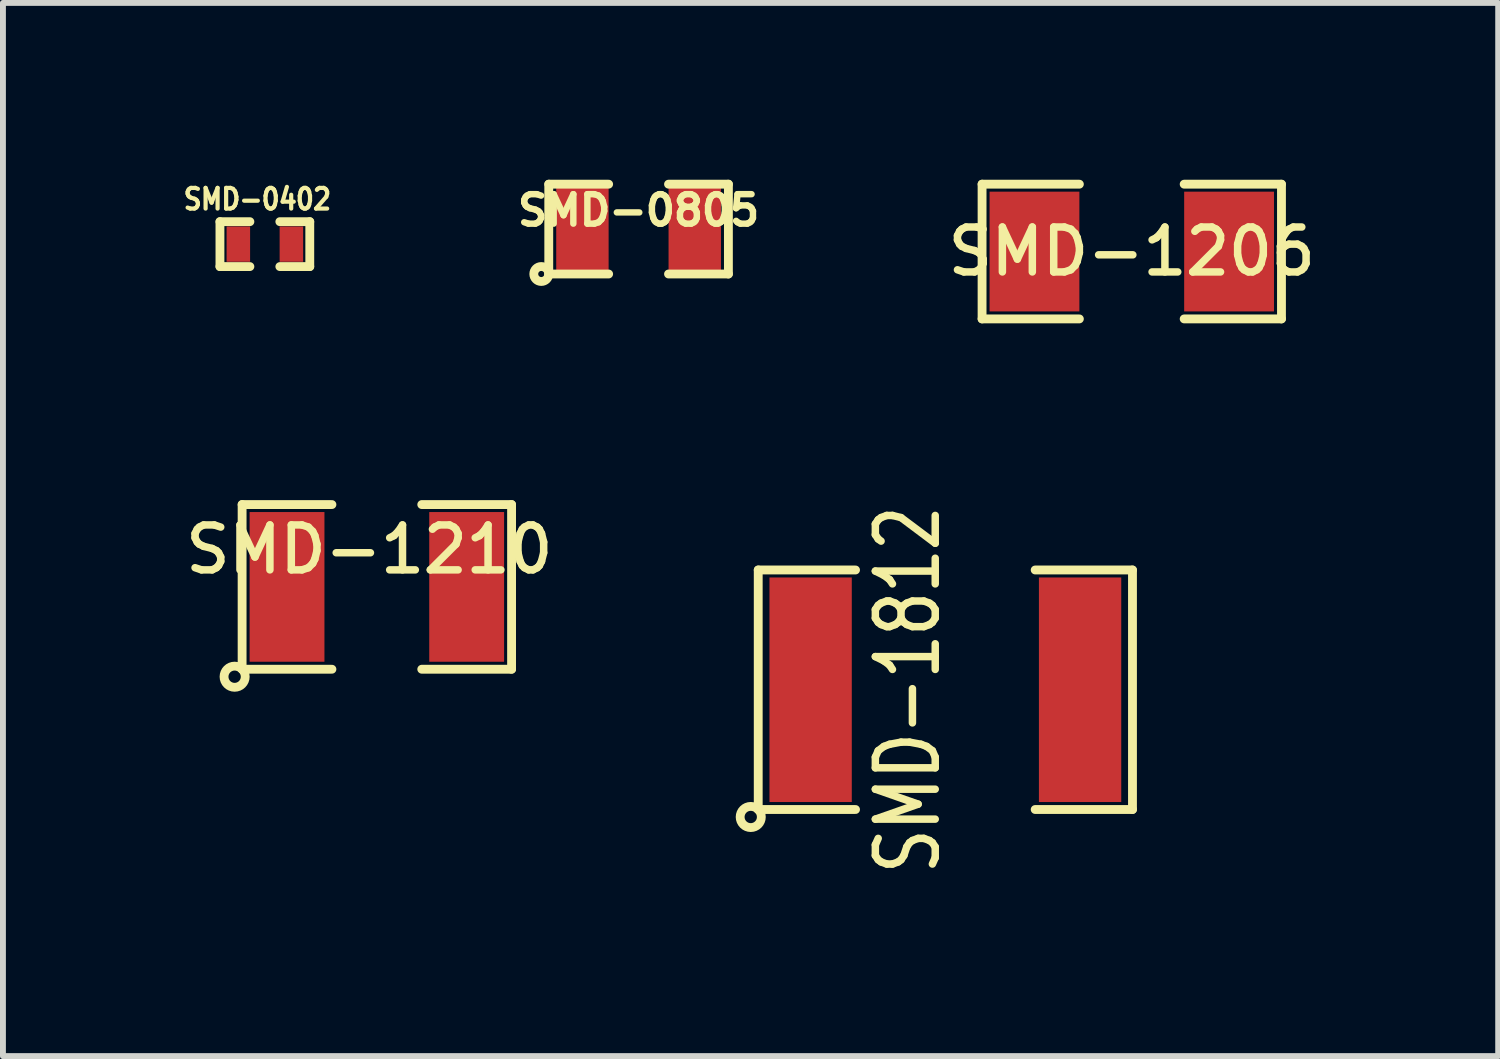
<source format=kicad_pcb>
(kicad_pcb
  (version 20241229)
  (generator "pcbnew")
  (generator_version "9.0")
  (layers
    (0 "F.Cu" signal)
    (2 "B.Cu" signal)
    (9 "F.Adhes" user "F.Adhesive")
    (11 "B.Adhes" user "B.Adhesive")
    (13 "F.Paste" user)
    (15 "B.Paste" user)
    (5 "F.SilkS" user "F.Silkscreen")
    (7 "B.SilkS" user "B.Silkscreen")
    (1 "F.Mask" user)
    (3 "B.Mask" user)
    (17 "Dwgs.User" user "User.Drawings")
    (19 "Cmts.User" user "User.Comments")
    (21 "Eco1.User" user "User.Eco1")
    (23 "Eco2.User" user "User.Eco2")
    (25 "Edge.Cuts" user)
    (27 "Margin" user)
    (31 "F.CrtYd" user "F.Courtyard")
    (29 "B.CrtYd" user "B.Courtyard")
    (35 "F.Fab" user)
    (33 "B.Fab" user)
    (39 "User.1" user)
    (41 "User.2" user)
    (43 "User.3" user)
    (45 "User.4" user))
  (footprint "SMD-0402"
    (layer "F.Cu")
    (at 1.444 1.092)
    (property "Reference" "SMD-0402" (at -0.127 -0.762 0) (layer "F.SilkS") (effects (font (size 0.351 0.305) (thickness 0.071))))
    (attr smd)
    (fp_line (start -0.762 -0.381) (end -0.762 0.381) (stroke (width 0.15) (type solid)) (layer "F.SilkS"))
    (fp_line (start -0.762 0.381) (end -0.254 0.381) (stroke (width 0.15) (type solid)) (layer "F.SilkS"))
    (fp_line (start -0.254 -0.381) (end -0.762 -0.381) (stroke (width 0.15) (type solid)) (layer "F.SilkS"))
    (fp_line (start 0.254 -0.381) (end 0.762 -0.381) (stroke (width 0.15) (type solid)) (layer "F.SilkS"))
    (fp_line (start 0.762 -0.381) (end 0.762 0.381) (stroke (width 0.15) (type solid)) (layer "F.SilkS"))
    (fp_line (start 0.762 0.381) (end 0.254 0.381) (stroke (width 0.15) (type solid)) (layer "F.SilkS"))
    (pad "1" smd rect (at -0.45 0) (size 0.399 0.599) (layers "F.Cu" "F.Mask" "F.Paste"))
    (pad "2" smd rect (at 0.45 0) (size 0.399 0.599) (layers "F.Cu" "F.Mask" "F.Paste")))
  (footprint "SMD-1812"
    (layer "F.Cu")
    (at 12.99 8.653)
    (property "Reference" "SMD-1812" (at -0.635 0 90) (layer "F.SilkS") (effects (font (size 1.016 0.762) (thickness 0.127))))
    (attr smd)
    (fp_line (start -3.175 -2.032) (end -3.175 2.032) (stroke (width 0.15) (type solid)) (layer "F.SilkS"))
    (fp_line (start -3.175 2.032) (end -1.524 2.032) (stroke (width 0.15) (type solid)) (layer "F.SilkS"))
    (fp_line (start -1.524 -2.032) (end -3.175 -2.032) (stroke (width 0.15) (type solid)) (layer "F.SilkS"))
    (fp_line (start 1.524 2.032) (end 3.175 2.032) (stroke (width 0.15) (type solid)) (layer "F.SilkS"))
    (fp_line (start 3.175 -2.032) (end 1.524 -2.032) (stroke (width 0.15) (type solid)) (layer "F.SilkS"))
    (fp_line (start 3.175 2.032) (end 3.175 -2.032) (stroke (width 0.15) (type solid)) (layer "F.SilkS"))
    (fp_circle (center -3.302 2.159) (end -3.175 2.032) (stroke (width 0.15) (type solid)) (fill no) (layer "F.SilkS"))
    (pad "1" smd rect (at -2.286 0) (size 1.397 3.81) (layers "F.Cu" "F.Mask" "F.Paste"))
    (pad "2" smd rect (at 2.286 0) (size 1.397 3.81) (layers "F.Cu" "F.Mask" "F.Paste")))
  (footprint "SMD-1206"
    (layer "F.Cu")
    (at 16.153 1.218)
    (property "Reference" "SMD-1206" (at 0 0 0) (layer "F.SilkS") (effects (font (size 0.762 0.762) (thickness 0.127))))
    (attr smd)
    (fp_line (start -2.54 -1.143) (end -2.54 1.143) (stroke (width 0.15) (type solid)) (layer "F.SilkS"))
    (fp_line (start -2.54 1.143) (end -0.889 1.143) (stroke (width 0.15) (type solid)) (layer "F.SilkS"))
    (fp_line (start -0.889 -1.143) (end -2.54 -1.143) (stroke (width 0.15) (type solid)) (layer "F.SilkS"))
    (fp_line (start 0.889 -1.143) (end 2.54 -1.143) (stroke (width 0.15) (type solid)) (layer "F.SilkS"))
    (fp_line (start 2.54 -1.143) (end 2.54 1.143) (stroke (width 0.15) (type solid)) (layer "F.SilkS"))
    (fp_line (start 2.54 1.143) (end 0.889 1.143) (stroke (width 0.15) (type solid)) (layer "F.SilkS"))
    (pad "1" smd rect (at -1.651 0) (size 1.524 2.032) (layers "F.Cu" "F.Mask" "F.Paste"))
    (pad "2" smd rect (at 1.651 0) (size 1.524 2.032) (layers "F.Cu" "F.Mask" "F.Paste")))
  (footprint "SMD-1210"
    (layer "F.Cu")
    (at 3.344 6.908)
    (property "Reference" "SMD-1210" (at -0.127 -0.635 0) (layer "F.SilkS") (effects (font (size 0.762 0.762) (thickness 0.127))))
    (attr smd)
    (fp_line (start -2.286 -1.397) (end -2.286 1.397) (stroke (width 0.15) (type solid)) (layer "F.SilkS"))
    (fp_line (start -2.286 1.397) (end -0.762 1.397) (stroke (width 0.15) (type solid)) (layer "F.SilkS"))
    (fp_line (start -0.762 -1.397) (end -2.286 -1.397) (stroke (width 0.15) (type solid)) (layer "F.SilkS"))
    (fp_line (start 0.762 1.397) (end 2.286 1.397) (stroke (width 0.15) (type solid)) (layer "F.SilkS"))
    (fp_line (start 2.286 -1.397) (end 0.762 -1.397) (stroke (width 0.15) (type solid)) (layer "F.SilkS"))
    (fp_line (start 2.286 1.397) (end 2.286 -1.397) (stroke (width 0.15) (type solid)) (layer "F.SilkS"))
    (fp_circle (center -2.413 1.524) (end -2.286 1.397) (stroke (width 0.15) (type solid)) (fill no) (layer "F.SilkS"))
    (pad "1" smd rect (at -1.524 0) (size 1.27 2.54) (layers "F.Cu" "F.Mask" "F.Paste"))
    (pad "2" smd rect (at 1.524 0) (size 1.27 2.54) (layers "F.Cu" "F.Mask" "F.Paste")))
  (footprint "SMD-0805"
    (layer "F.Cu")
    (at 7.785 0.837)
    (property "Reference" "SMD-0805" (at 0 -0.318 0) (layer "F.SilkS") (effects (font (size 0.5 0.5) (thickness 0.109))))
    (attr smd)
    (fp_line (start -1.524 -0.762) (end -0.508 -0.762) (stroke (width 0.15) (type solid)) (layer "F.SilkS"))
    (fp_line (start -1.524 0.762) (end -1.524 -0.762) (stroke (width 0.15) (type solid)) (layer "F.SilkS"))
    (fp_line (start -0.508 0.762) (end -1.524 0.762) (stroke (width 0.15) (type solid)) (layer "F.SilkS"))
    (fp_line (start 0.508 -0.762) (end 1.524 -0.762) (stroke (width 0.15) (type solid)) (layer "F.SilkS"))
    (fp_line (start 1.524 -0.762) (end 1.524 0.762) (stroke (width 0.15) (type solid)) (layer "F.SilkS"))
    (fp_line (start 1.524 0.762) (end 0.508 0.762) (stroke (width 0.15) (type solid)) (layer "F.SilkS"))
    (fp_circle (center -1.651 0.762) (end -1.651 0.635) (stroke (width 0.15) (type solid)) (fill no) (layer "F.SilkS"))
    (pad "1" smd rect (at -0.953 0) (size 0.889 1.397) (layers "F.Cu" "F.Mask" "F.Paste"))
    (pad "2" smd rect (at 0.953 0) (size 0.889 1.397) (layers "F.Cu" "F.Mask" "F.Paste")))
  (gr_rect
    (start -3 -3)
    (end 22.37 14.869)
    (stroke (width 0.1) (type default))
    (fill no)
    (layer "Edge.Cuts")))
</source>
